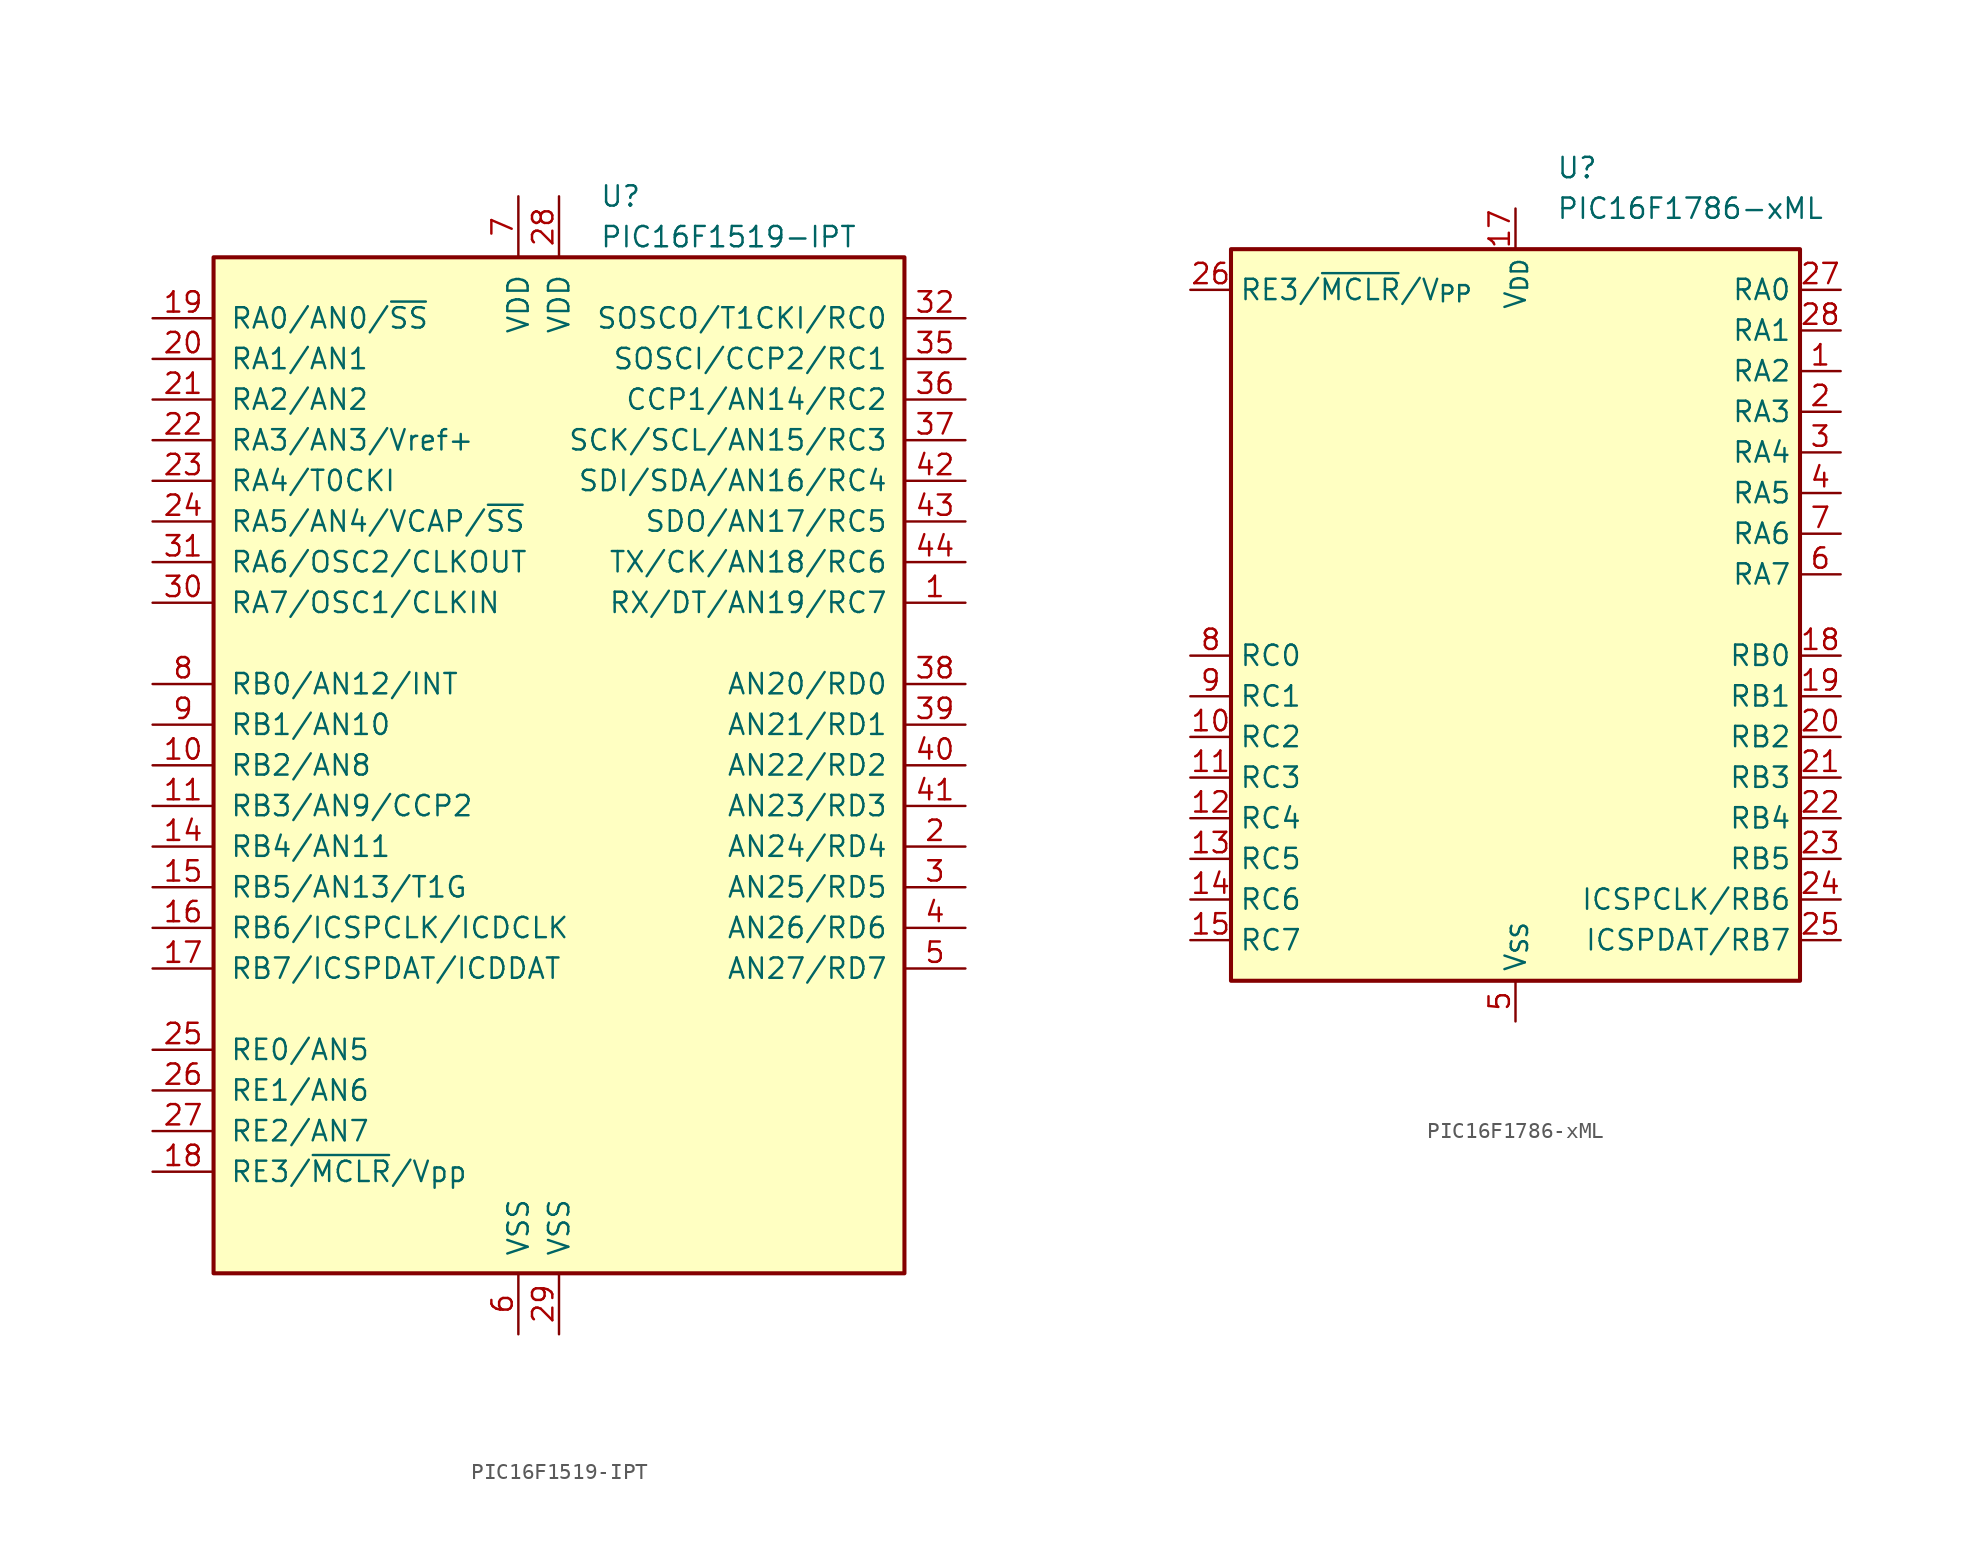
<source format=kicad_sym>
(kicad_symbol_lib
  (version 20220914)
  (generator kicad_symbol_editor)
  (symbol "PIC16F1519-IPT"
    (pin_names
      (offset 1.016))
    (property "Reference" "U"
      (at 2.54 35.56 0)
      (effects (font (size 1.27 1.27)) (justify left)))
    (property "Value" "PIC16F1519-IPT"
      (at 2.54 33.02 0)
      (effects (font (size 1.27 1.27)) (justify left)))
    (symbol "PIC16F1519-IPT_0_1"
      (rectangle (start -21.59 31.75) (end 21.59 -31.75) (stroke (width 0.254) (type default)) (fill (type background))))
    (symbol "PIC16F1519-IPT_1_1"
      (pin bidirectional line (at 25.4 10.16 180) (length 3.81) (name "RX/DT/AN19/RC7" (effects (font (size 1.27 1.27)))) (number "1" (effects (font (size 1.27 1.27)))))
      (pin bidirectional line (at -25.4 0 0) (length 3.81) (name "RB2/AN8" (effects (font (size 1.27 1.27)))) (number "10" (effects (font (size 1.27 1.27)))))
      (pin bidirectional line (at -25.4 -2.54 0) (length 3.81) (name "RB3/AN9/CCP2" (effects (font (size 1.27 1.27)))) (number "11" (effects (font (size 1.27 1.27)))))
      (pin bidirectional line (at -25.4 -5.08 0) (length 3.81) (name "RB4/AN11" (effects (font (size 1.27 1.27)))) (number "14" (effects (font (size 1.27 1.27)))))
      (pin bidirectional line (at -25.4 -7.62 0) (length 3.81) (name "RB5/AN13/T1G" (effects (font (size 1.27 1.27)))) (number "15" (effects (font (size 1.27 1.27)))))
      (pin bidirectional line (at -25.4 -10.16 0) (length 3.81) (name "RB6/ICSPCLK/ICDCLK" (effects (font (size 1.27 1.27)))) (number "16" (effects (font (size 1.27 1.27)))))
      (pin bidirectional line (at -25.4 -12.7 0) (length 3.81) (name "RB7/ICSPDAT/ICDDAT" (effects (font (size 1.27 1.27)))) (number "17" (effects (font (size 1.27 1.27)))))
      (pin input line (at -25.4 -25.4 0) (length 3.81) (name "RE3/~{MCLR}/Vpp" (effects (font (size 1.27 1.27)))) (number "18" (effects (font (size 1.27 1.27)))))
      (pin bidirectional line (at -25.4 27.94 0) (length 3.81) (name "RA0/AN0/~{SS}" (effects (font (size 1.27 1.27)))) (number "19" (effects (font (size 1.27 1.27)))))
      (pin bidirectional line (at 25.4 -5.08 180) (length 3.81) (name "AN24/RD4" (effects (font (size 1.27 1.27)))) (number "2" (effects (font (size 1.27 1.27)))))
      (pin bidirectional line (at -25.4 25.4 0) (length 3.81) (name "RA1/AN1" (effects (font (size 1.27 1.27)))) (number "20" (effects (font (size 1.27 1.27)))))
      (pin bidirectional line (at -25.4 22.86 0) (length 3.81) (name "RA2/AN2" (effects (font (size 1.27 1.27)))) (number "21" (effects (font (size 1.27 1.27)))))
      (pin bidirectional line (at -25.4 20.32 0) (length 3.81) (name "RA3/AN3/Vref+" (effects (font (size 1.27 1.27)))) (number "22" (effects (font (size 1.27 1.27)))))
      (pin bidirectional line (at -25.4 17.78 0) (length 3.81) (name "RA4/T0CKI" (effects (font (size 1.27 1.27)))) (number "23" (effects (font (size 1.27 1.27)))))
      (pin bidirectional line (at -25.4 15.24 0) (length 3.81) (name "RA5/AN4/VCAP/~{SS}" (effects (font (size 1.27 1.27)))) (number "24" (effects (font (size 1.27 1.27)))))
      (pin bidirectional line (at -25.4 -17.78 0) (length 3.81) (name "RE0/AN5" (effects (font (size 1.27 1.27)))) (number "25" (effects (font (size 1.27 1.27)))))
      (pin bidirectional line (at -25.4 -20.32 0) (length 3.81) (name "RE1/AN6" (effects (font (size 1.27 1.27)))) (number "26" (effects (font (size 1.27 1.27)))))
      (pin bidirectional line (at -25.4 -22.86 0) (length 3.81) (name "RE2/AN7" (effects (font (size 1.27 1.27)))) (number "27" (effects (font (size 1.27 1.27)))))
      (pin power_in line (at 0 35.56 270) (length 3.81) (name "VDD" (effects (font (size 1.27 1.27)))) (number "28" (effects (font (size 1.27 1.27)))))
      (pin power_in line (at 0 -35.56 90) (length 3.81) (name "VSS" (effects (font (size 1.27 1.27)))) (number "29" (effects (font (size 1.27 1.27)))))
      (pin bidirectional line (at 25.4 -7.62 180) (length 3.81) (name "AN25/RD5" (effects (font (size 1.27 1.27)))) (number "3" (effects (font (size 1.27 1.27)))))
      (pin bidirectional line (at -25.4 10.16 0) (length 3.81) (name "RA7/OSC1/CLKIN" (effects (font (size 1.27 1.27)))) (number "30" (effects (font (size 1.27 1.27)))))
      (pin bidirectional line (at -25.4 12.7 0) (length 3.81) (name "RA6/OSC2/CLKOUT" (effects (font (size 1.27 1.27)))) (number "31" (effects (font (size 1.27 1.27)))))
      (pin bidirectional line (at 25.4 27.94 180) (length 3.81) (name "SOSCO/T1CKI/RC0" (effects (font (size 1.27 1.27)))) (number "32" (effects (font (size 1.27 1.27)))))
      (pin bidirectional line (at 25.4 25.4 180) (length 3.81) (name "SOSCI/CCP2/RC1" (effects (font (size 1.27 1.27)))) (number "35" (effects (font (size 1.27 1.27)))))
      (pin bidirectional line (at 25.4 22.86 180) (length 3.81) (name "CCP1/AN14/RC2" (effects (font (size 1.27 1.27)))) (number "36" (effects (font (size 1.27 1.27)))))
      (pin bidirectional line (at 25.4 20.32 180) (length 3.81) (name "SCK/SCL/AN15/RC3" (effects (font (size 1.27 1.27)))) (number "37" (effects (font (size 1.27 1.27)))))
      (pin bidirectional line (at 25.4 5.08 180) (length 3.81) (name "AN20/RD0" (effects (font (size 1.27 1.27)))) (number "38" (effects (font (size 1.27 1.27)))))
      (pin bidirectional line (at 25.4 2.54 180) (length 3.81) (name "AN21/RD1" (effects (font (size 1.27 1.27)))) (number "39" (effects (font (size 1.27 1.27)))))
      (pin bidirectional line (at 25.4 -10.16 180) (length 3.81) (name "AN26/RD6" (effects (font (size 1.27 1.27)))) (number "4" (effects (font (size 1.27 1.27)))))
      (pin bidirectional line (at 25.4 0 180) (length 3.81) (name "AN22/RD2" (effects (font (size 1.27 1.27)))) (number "40" (effects (font (size 1.27 1.27)))))
      (pin bidirectional line (at 25.4 -2.54 180) (length 3.81) (name "AN23/RD3" (effects (font (size 1.27 1.27)))) (number "41" (effects (font (size 1.27 1.27)))))
      (pin bidirectional line (at 25.4 17.78 180) (length 3.81) (name "SDI/SDA/AN16/RC4" (effects (font (size 1.27 1.27)))) (number "42" (effects (font (size 1.27 1.27)))))
      (pin bidirectional line (at 25.4 15.24 180) (length 3.81) (name "SDO/AN17/RC5" (effects (font (size 1.27 1.27)))) (number "43" (effects (font (size 1.27 1.27)))))
      (pin bidirectional line (at 25.4 12.7 180) (length 3.81) (name "TX/CK/AN18/RC6" (effects (font (size 1.27 1.27)))) (number "44" (effects (font (size 1.27 1.27)))))
      (pin bidirectional line (at 25.4 -12.7 180) (length 3.81) (name "AN27/RD7" (effects (font (size 1.27 1.27)))) (number "5" (effects (font (size 1.27 1.27)))))
      (pin power_in line (at -2.54 -35.56 90) (length 3.81) (name "VSS" (effects (font (size 1.27 1.27)))) (number "6" (effects (font (size 1.27 1.27)))))
      (pin power_in line (at -2.54 35.56 270) (length 3.81) (name "VDD" (effects (font (size 1.27 1.27)))) (number "7" (effects (font (size 1.27 1.27)))))
      (pin bidirectional line (at -25.4 5.08 0) (length 3.81) (name "RB0/AN12/INT" (effects (font (size 1.27 1.27)))) (number "8" (effects (font (size 1.27 1.27)))))
      (pin bidirectional line (at -25.4 2.54 0) (length 3.81) (name "RB1/AN10" (effects (font (size 1.27 1.27)))) (number "9" (effects (font (size 1.27 1.27)))))))
  (symbol "PIC16F1786-xML"
    (property "Reference" "U"
      (at 2.54 27.94 0)
      (effects (font (size 1.27 1.27)) (justify left)))
    (property "Value" "PIC16F1786-xML"
      (at 2.54 25.4 0)
      (effects (font (size 1.27 1.27)) (justify left)))
    (symbol "PIC16F1786-xML_0_1"
      (rectangle (start -17.78 -22.86) (end 17.78 22.86) (stroke (width 0.254) (type default)) (fill (type background))))
    (symbol "PIC16F1786-xML_1_1"
      (pin bidirectional line (at 20.32 15.24 180) (length 2.54) (name "RA2" (effects (font (size 1.27 1.27)))) (number "1" (effects (font (size 1.27 1.27)))))
      (pin bidirectional line (at -20.32 -7.62 0) (length 2.54) (name "RC2" (effects (font (size 1.27 1.27)))) (number "10" (effects (font (size 1.27 1.27)))))
      (pin bidirectional line (at -20.32 -10.16 0) (length 2.54) (name "RC3" (effects (font (size 1.27 1.27)))) (number "11" (effects (font (size 1.27 1.27)))))
      (pin bidirectional line (at -20.32 -12.7 0) (length 2.54) (name "RC4" (effects (font (size 1.27 1.27)))) (number "12" (effects (font (size 1.27 1.27)))))
      (pin bidirectional line (at -20.32 -15.24 0) (length 2.54) (name "RC5" (effects (font (size 1.27 1.27)))) (number "13" (effects (font (size 1.27 1.27)))))
      (pin bidirectional line (at -20.32 -17.78 0) (length 2.54) (name "RC6" (effects (font (size 1.27 1.27)))) (number "14" (effects (font (size 1.27 1.27)))))
      (pin bidirectional line (at -20.32 -20.32 0) (length 2.54) (name "RC7" (effects (font (size 1.27 1.27)))) (number "15" (effects (font (size 1.27 1.27)))))
      (pin passive line (at 0 -25.4 90) (length 2.54) hide (name "V_{SS}" (effects (font (size 1.27 1.27)))) (number "16" (effects (font (size 1.27 1.27)))))
      (pin power_in line (at 0 25.4 270) (length 2.54) (name "V_{DD}" (effects (font (size 1.27 1.27)))) (number "17" (effects (font (size 1.27 1.27)))))
      (pin bidirectional line (at 20.32 -2.54 180) (length 2.54) (name "RB0" (effects (font (size 1.27 1.27)))) (number "18" (effects (font (size 1.27 1.27)))))
      (pin bidirectional line (at 20.32 -5.08 180) (length 2.54) (name "RB1" (effects (font (size 1.27 1.27)))) (number "19" (effects (font (size 1.27 1.27)))))
      (pin bidirectional line (at 20.32 12.7 180) (length 2.54) (name "RA3" (effects (font (size 1.27 1.27)))) (number "2" (effects (font (size 1.27 1.27)))))
      (pin bidirectional line (at 20.32 -7.62 180) (length 2.54) (name "RB2" (effects (font (size 1.27 1.27)))) (number "20" (effects (font (size 1.27 1.27)))))
      (pin bidirectional line (at 20.32 -10.16 180) (length 2.54) (name "RB3" (effects (font (size 1.27 1.27)))) (number "21" (effects (font (size 1.27 1.27)))))
      (pin bidirectional line (at 20.32 -12.7 180) (length 2.54) (name "RB4" (effects (font (size 1.27 1.27)))) (number "22" (effects (font (size 1.27 1.27)))))
      (pin bidirectional line (at 20.32 -15.24 180) (length 2.54) (name "RB5" (effects (font (size 1.27 1.27)))) (number "23" (effects (font (size 1.27 1.27)))))
      (pin bidirectional line (at 20.32 -17.78 180) (length 2.54) (name "ICSPCLK/RB6" (effects (font (size 1.27 1.27)))) (number "24" (effects (font (size 1.27 1.27)))))
      (pin bidirectional line (at 20.32 -20.32 180) (length 2.54) (name "ICSPDAT/RB7" (effects (font (size 1.27 1.27)))) (number "25" (effects (font (size 1.27 1.27)))))
      (pin input line (at -20.32 20.32 0) (length 2.54) (name "RE3/~{MCLR}/V_{PP}" (effects (font (size 1.27 1.27)))) (number "26" (effects (font (size 1.27 1.27)))))
      (pin bidirectional line (at 20.32 20.32 180) (length 2.54) (name "RA0" (effects (font (size 1.27 1.27)))) (number "27" (effects (font (size 1.27 1.27)))))
      (pin bidirectional line (at 20.32 17.78 180) (length 2.54) (name "RA1" (effects (font (size 1.27 1.27)))) (number "28" (effects (font (size 1.27 1.27)))))
      (pin bidirectional line (at 20.32 10.16 180) (length 2.54) (name "RA4" (effects (font (size 1.27 1.27)))) (number "3" (effects (font (size 1.27 1.27)))))
      (pin bidirectional line (at 20.32 7.62 180) (length 2.54) (name "RA5" (effects (font (size 1.27 1.27)))) (number "4" (effects (font (size 1.27 1.27)))))
      (pin power_in line (at 0 -25.4 90) (length 2.54) (name "V_{SS}" (effects (font (size 1.27 1.27)))) (number "5" (effects (font (size 1.27 1.27)))))
      (pin bidirectional line (at 20.32 2.54 180) (length 2.54) (name "RA7" (effects (font (size 1.27 1.27)))) (number "6" (effects (font (size 1.27 1.27)))))
      (pin bidirectional line (at 20.32 5.08 180) (length 2.54) (name "RA6" (effects (font (size 1.27 1.27)))) (number "7" (effects (font (size 1.27 1.27)))))
      (pin bidirectional line (at -20.32 -2.54 0) (length 2.54) (name "RC0" (effects (font (size 1.27 1.27)))) (number "8" (effects (font (size 1.27 1.27)))))
      (pin bidirectional line (at -20.32 -5.08 0) (length 2.54) (name "RC1" (effects (font (size 1.27 1.27)))) (number "9" (effects (font (size 1.27 1.27))))))))
</source>
